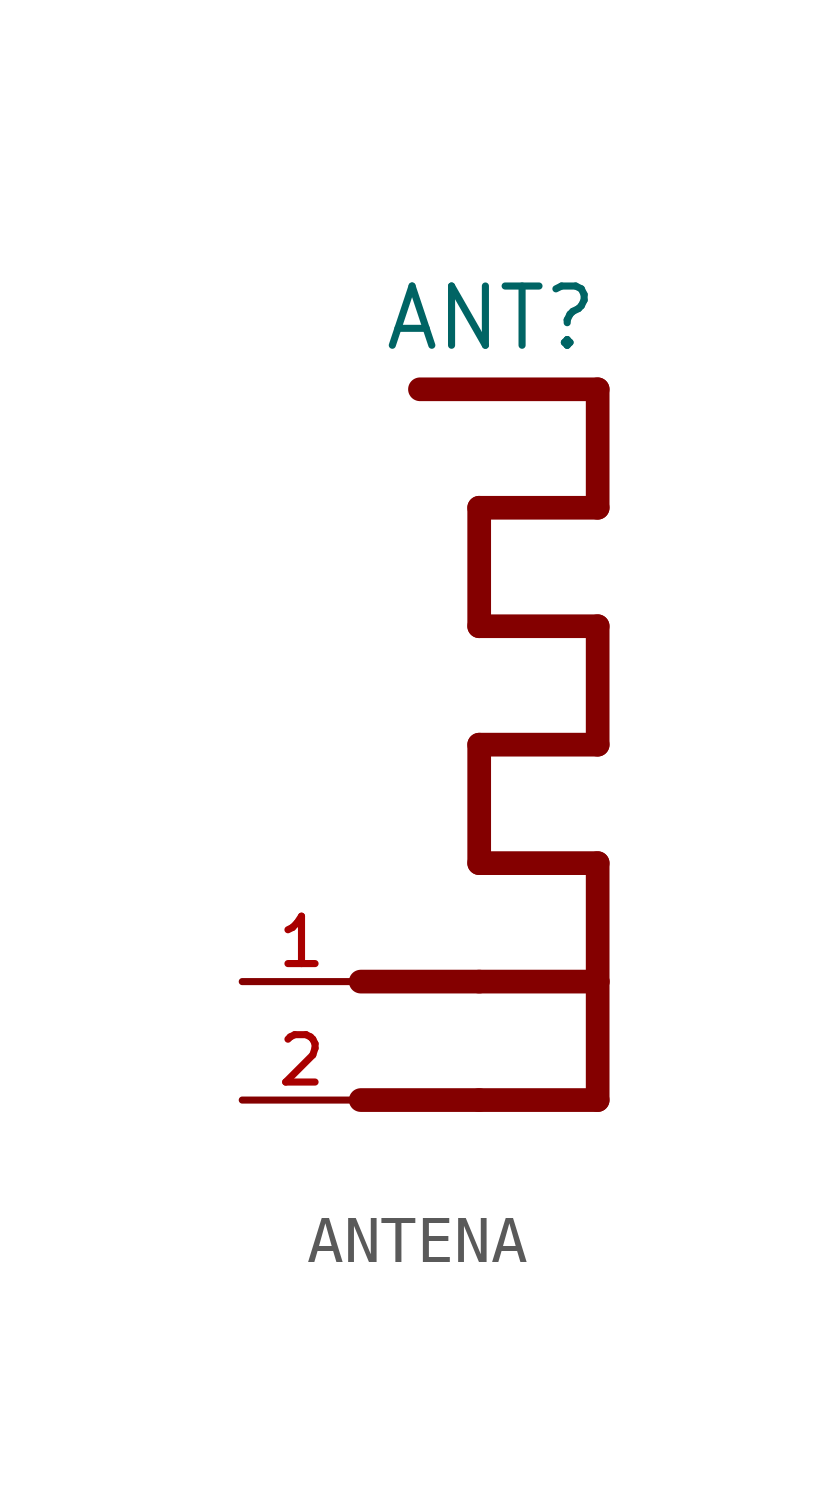
<source format=kicad_sym>
(kicad_symbol_lib
  (version 20231120)
  (generator "kicad_symbol_editor")
  (generator_version "8.0")
  (symbol "ANTENA"
    (property "Reference" "ANT"
      (at 0.254 14.224 0)
      (effects (font (size 1.27 1.27))))
    (property "Value" ""
      (at 2.54 -1.27 0)
      (effects (font (size 1.27 1.27))))
    (symbol "ANTENA_1_0"
      (pin bidirectional line (at -5.08 0 0) (length 2.54) (name "" (effects (font (size 1.016 1.016)))) (number "1" (effects (font (size 1.016 1.016)))))
      (pin bidirectional line (at -5.08 -2.54 0) (length 2.54) (name "" (effects (font (size 1.016 1.016)))) (number "2" (effects (font (size 1.016 1.016))))))
    (symbol "ANTENA_1_1"
      (polyline (pts (xy -2.54 -2.54) (xy 0 -2.54)) (stroke (width 0.508) (type default)) (fill (type none)))
      (polyline (pts (xy -2.54 0) (xy 0 0)) (stroke (width 0.508) (type default)) (fill (type none)))
      (polyline (pts (xy -1.27 12.7) (xy 2.54 12.7)) (stroke (width 0.508) (type default)) (fill (type none)))
      (polyline (pts (xy 0 -2.54) (xy 2.54 -2.54)) (stroke (width 0.508) (type default)) (fill (type none)))
      (polyline (pts (xy 0 0) (xy 2.54 0)) (stroke (width 0.508) (type default)) (fill (type none)))
      (polyline (pts (xy 0 2.54) (xy 0 5.08)) (stroke (width 0.508) (type default)) (fill (type none)))
      (polyline (pts (xy 0 2.54) (xy 2.54 2.54)) (stroke (width 0.508) (type default)) (fill (type none)))
      (polyline (pts (xy 0 5.08) (xy 2.54 5.08)) (stroke (width 0.508) (type default)) (fill (type none)))
      (polyline (pts (xy 0 7.62) (xy 0 10.16)) (stroke (width 0.508) (type default)) (fill (type none)))
      (polyline (pts (xy 0 7.62) (xy 2.54 7.62)) (stroke (width 0.508) (type default)) (fill (type none)))
      (polyline (pts (xy 0 10.16) (xy 2.54 10.16)) (stroke (width 0.508) (type default)) (fill (type none)))
      (polyline (pts (xy 2.54 -2.54) (xy 2.54 0)) (stroke (width 0.508) (type default)) (fill (type none)))
      (polyline (pts (xy 2.54 0) (xy 2.54 2.54)) (stroke (width 0.508) (type default)) (fill (type none)))
      (polyline (pts (xy 2.54 5.08) (xy 2.54 7.62)) (stroke (width 0.508) (type default)) (fill (type none)))
      (polyline (pts (xy 2.54 10.16) (xy 2.54 12.7)) (stroke (width 0.508) (type default)) (fill (type none))))))
</source>
